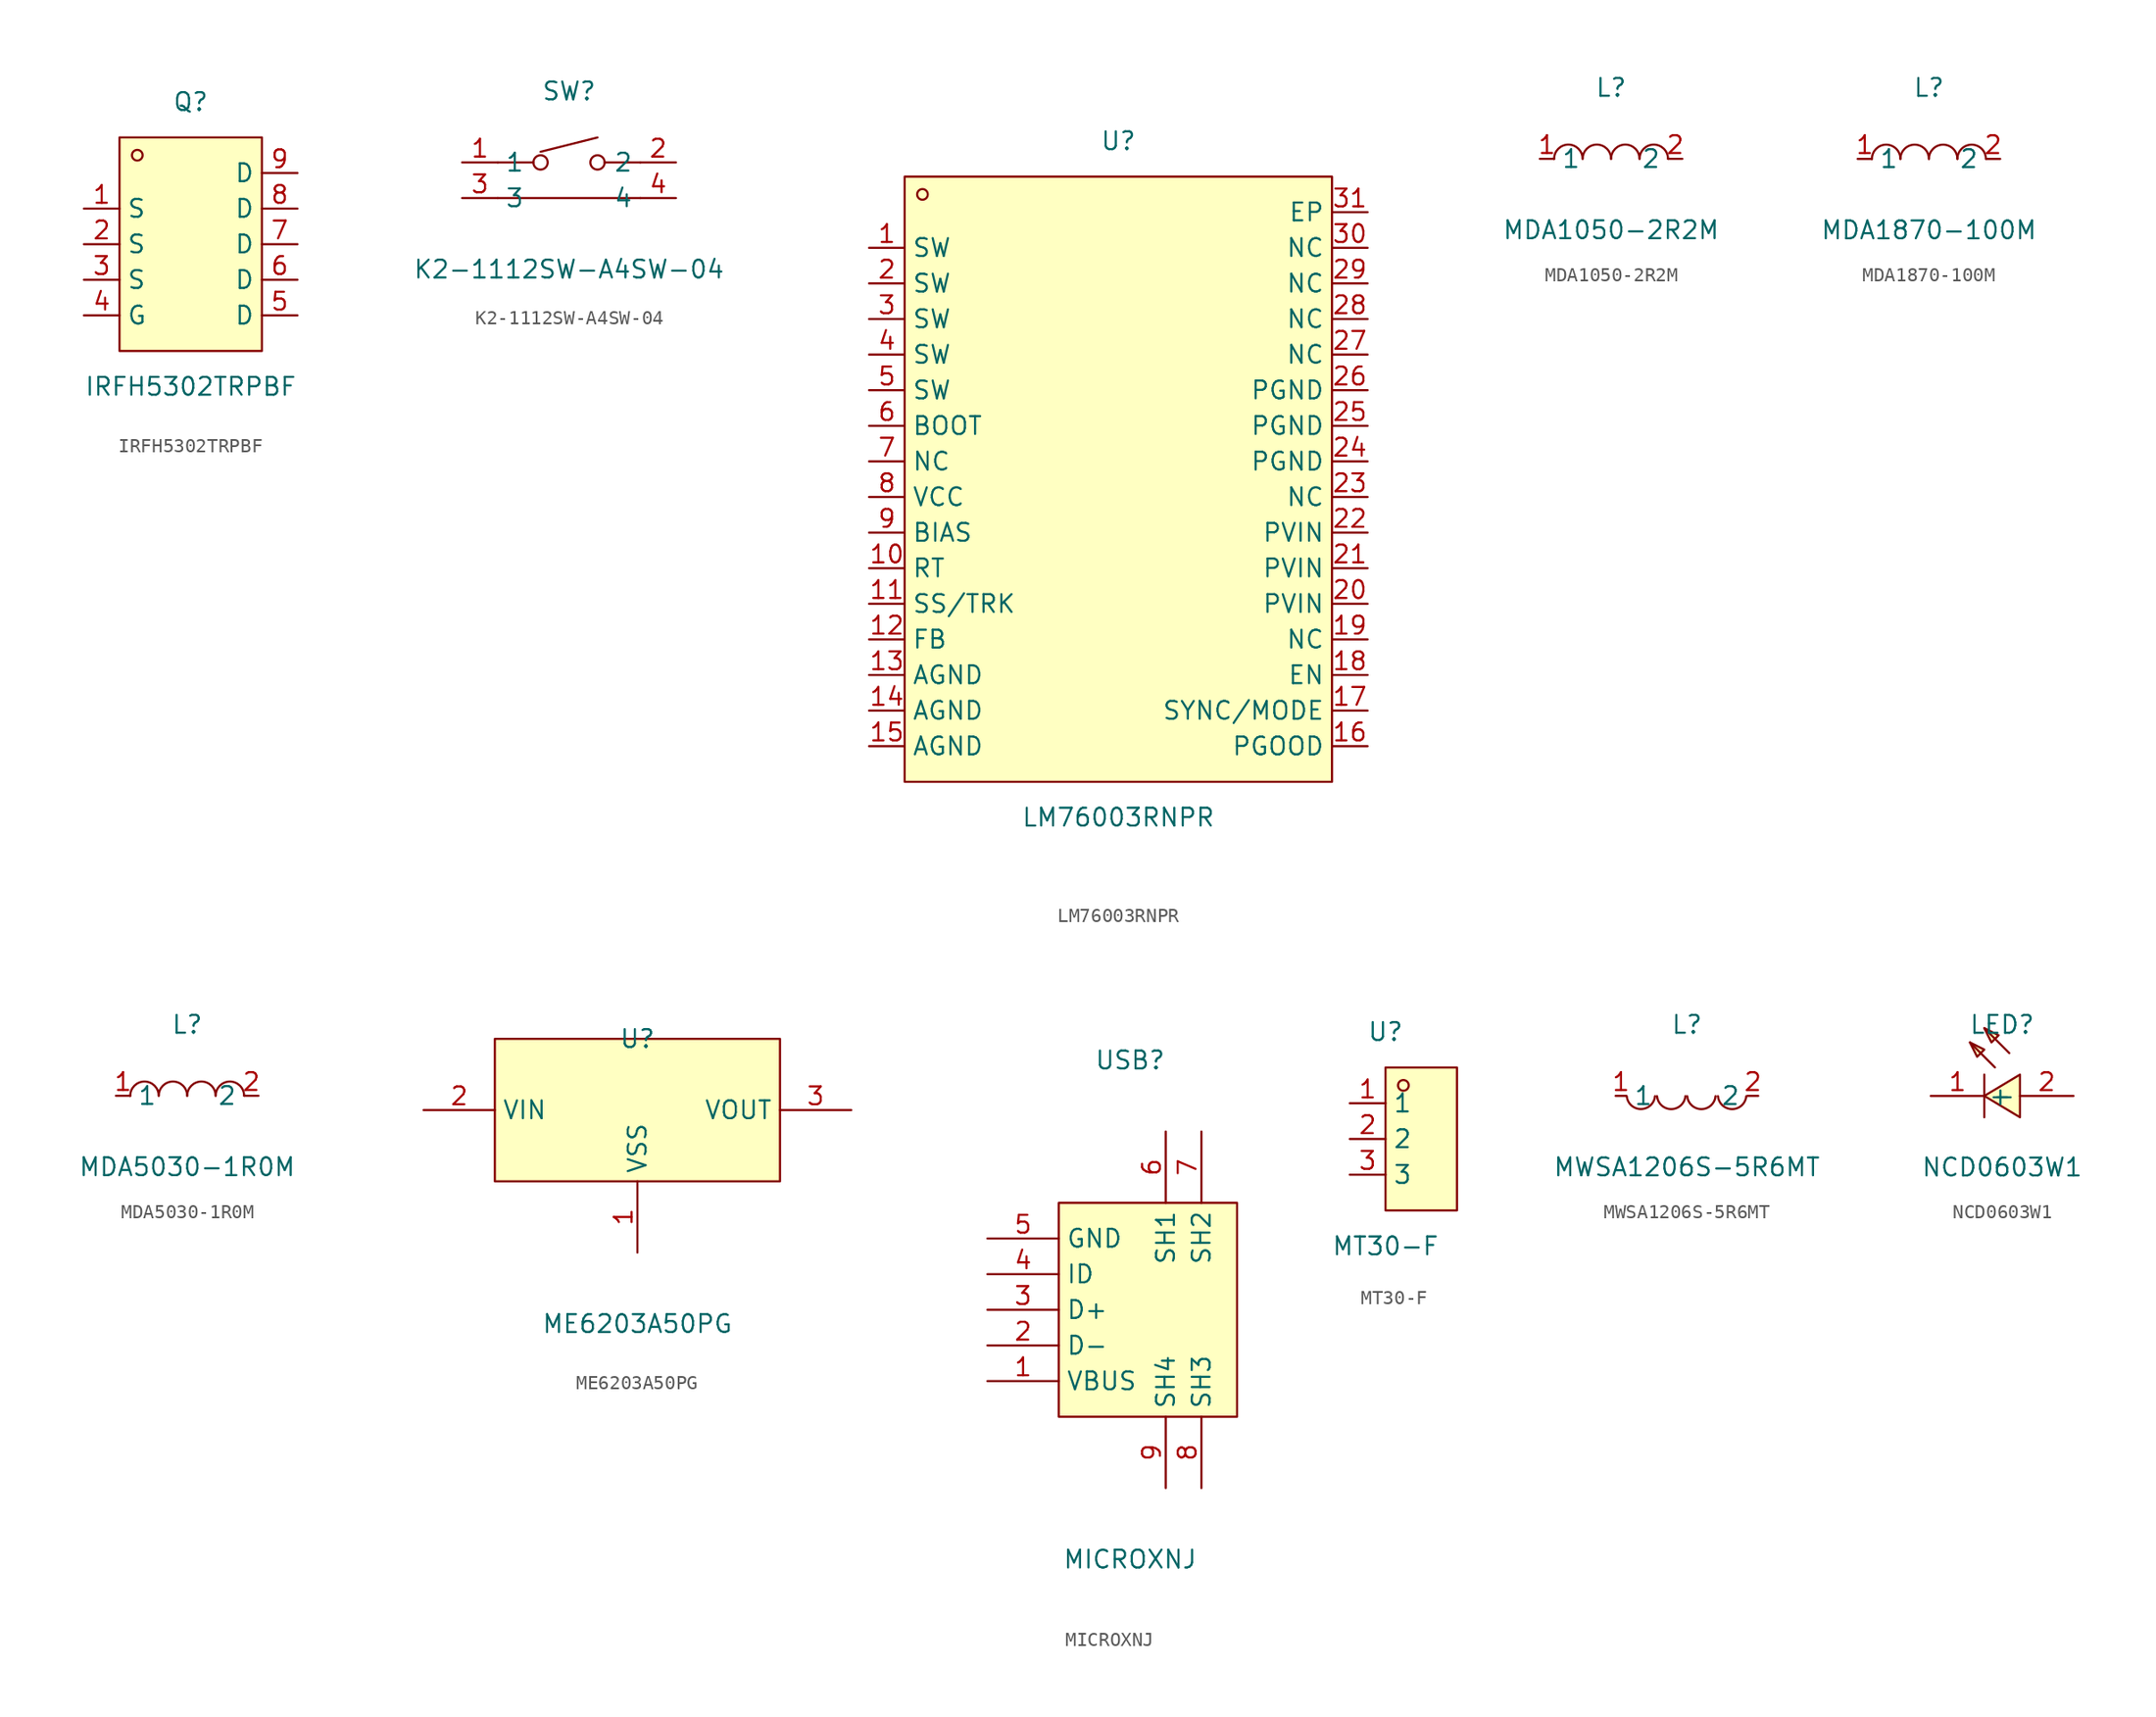
<source format=kicad_sym>
(kicad_symbol_lib
  (version 20211014)
  (generator https://github.com/uPesy/easyeda2kicad.py)
  (symbol "IRFH5302TRPBF"
    (property "Reference" "Q"
      (at 0 10.16 0)
      (effects (font (size 1.27 1.27))))
    (property "Value" "IRFH5302TRPBF"
      (at 0 -10.16 0)
      (effects (font (size 1.27 1.27))))
    (symbol "IRFH5302TRPBF_0_1"
      (rectangle (start -5.08 7.62) (end 5.08 -7.62) (stroke (width 0) (type default) (color 0 0 0 0)) (fill (type background)))
      (circle (center -3.81 6.35) (radius 0.38) (stroke (width 0) (type default) (color 0 0 0 0)) (fill (type none)))
      (pin unspecified line (at 7.62 5.08 180) (length 2.54) (name "D" (effects (font (size 1.27 1.27)))) (number "9" (effects (font (size 1.27 1.27)))))
      (pin unspecified line (at 7.62 2.54 180) (length 2.54) (name "D" (effects (font (size 1.27 1.27)))) (number "8" (effects (font (size 1.27 1.27)))))
      (pin unspecified line (at 7.62 -0.00 180) (length 2.54) (name "D" (effects (font (size 1.27 1.27)))) (number "7" (effects (font (size 1.27 1.27)))))
      (pin unspecified line (at 7.62 -2.54 180) (length 2.54) (name "D" (effects (font (size 1.27 1.27)))) (number "6" (effects (font (size 1.27 1.27)))))
      (pin unspecified line (at 7.62 -5.08 180) (length 2.54) (name "D" (effects (font (size 1.27 1.27)))) (number "5" (effects (font (size 1.27 1.27)))))
      (pin unspecified line (at -7.62 -5.08 0) (length 2.54) (name "G" (effects (font (size 1.27 1.27)))) (number "4" (effects (font (size 1.27 1.27)))))
      (pin unspecified line (at -7.62 -2.54 0) (length 2.54) (name "S" (effects (font (size 1.27 1.27)))) (number "3" (effects (font (size 1.27 1.27)))))
      (pin unspecified line (at -7.62 -0.00 0) (length 2.54) (name "S" (effects (font (size 1.27 1.27)))) (number "2" (effects (font (size 1.27 1.27)))))
      (pin unspecified line (at -7.62 2.54 0) (length 2.54) (name "S" (effects (font (size 1.27 1.27)))) (number "1" (effects (font (size 1.27 1.27)))))))
  (symbol "K2-1112SW-A4SW-04"
    (property "Reference" "SW"
      (at 0 5.08 0)
      (effects (font (size 1.27 1.27))))
    (property "Value" "K2-1112SW-A4SW-04"
      (at 0 -7.62 0)
      (effects (font (size 1.27 1.27))))
    (symbol "K2-1112SW-A4SW-04_0_1"
      (circle (center -2.03 -0.00) (radius 0.51) (stroke (width 0) (type default) (color 0 0 0 0)) (fill (type none)))
      (circle (center 2.03 -0.00) (radius 0.51) (stroke (width 0) (type default) (color 0 0 0 0)) (fill (type none)))
      (polyline (pts (xy -2.03 0.76) (xy 2.03 1.78) (xy 2.03 1.78)) (stroke (width 0) (type default) (color 0 0 0 0)) (fill (type none)))
      (polyline (pts (xy 5.08 -0.00) (xy 2.54 -0.00)) (stroke (width 0) (type default) (color 0 0 0 0)) (fill (type none)))
      (polyline (pts (xy -5.08 -0.00) (xy -2.54 -0.00)) (stroke (width 0) (type default) (color 0 0 0 0)) (fill (type none)))
      (polyline (pts (xy 5.08 -2.54) (xy -5.08 -2.54)) (stroke (width 0) (type default) (color 0 0 0 0)) (fill (type none)))
      (pin input line (at -7.62 -0.00 0) (length 2.54) (name "1" (effects (font (size 1.27 1.27)))) (number "1" (effects (font (size 1.27 1.27)))))
      (pin input line (at 7.62 -0.00 180) (length 2.54) (name "2" (effects (font (size 1.27 1.27)))) (number "2" (effects (font (size 1.27 1.27)))))
      (pin unspecified line (at -7.62 -2.54 0) (length 2.54) (name "3" (effects (font (size 1.27 1.27)))) (number "3" (effects (font (size 1.27 1.27)))))
      (pin unspecified line (at 7.62 -2.54 180) (length 2.54) (name "4" (effects (font (size 1.27 1.27)))) (number "4" (effects (font (size 1.27 1.27)))))))
  (symbol "LM76003RNPR"
    (property "Reference" "U"
      (at 0 24.13 0)
      (effects (font (size 1.27 1.27))))
    (property "Value" "LM76003RNPR"
      (at 0 -24.13 0)
      (effects (font (size 1.27 1.27))))
    (symbol "LM76003RNPR_0_1"
      (rectangle (start -15.24 21.59) (end 15.24 -21.59) (stroke (width 0) (type default) (color 0 0 0 0)) (fill (type background)))
      (circle (center -13.97 20.32) (radius 0.38) (stroke (width 0) (type default) (color 0 0 0 0)) (fill (type none)))
      (pin unspecified line (at -17.78 16.51 0) (length 2.54) (name "SW" (effects (font (size 1.27 1.27)))) (number "1" (effects (font (size 1.27 1.27)))))
      (pin unspecified line (at -17.78 13.97 0) (length 2.54) (name "SW" (effects (font (size 1.27 1.27)))) (number "2" (effects (font (size 1.27 1.27)))))
      (pin unspecified line (at -17.78 11.43 0) (length 2.54) (name "SW" (effects (font (size 1.27 1.27)))) (number "3" (effects (font (size 1.27 1.27)))))
      (pin unspecified line (at -17.78 8.89 0) (length 2.54) (name "SW" (effects (font (size 1.27 1.27)))) (number "4" (effects (font (size 1.27 1.27)))))
      (pin unspecified line (at -17.78 6.35 0) (length 2.54) (name "SW" (effects (font (size 1.27 1.27)))) (number "5" (effects (font (size 1.27 1.27)))))
      (pin unspecified line (at -17.78 3.81 0) (length 2.54) (name "BOOT" (effects (font (size 1.27 1.27)))) (number "6" (effects (font (size 1.27 1.27)))))
      (pin unspecified line (at -17.78 1.27 0) (length 2.54) (name "NC" (effects (font (size 1.27 1.27)))) (number "7" (effects (font (size 1.27 1.27)))))
      (pin unspecified line (at -17.78 -1.27 0) (length 2.54) (name "VCC" (effects (font (size 1.27 1.27)))) (number "8" (effects (font (size 1.27 1.27)))))
      (pin unspecified line (at -17.78 -3.81 0) (length 2.54) (name "BIAS" (effects (font (size 1.27 1.27)))) (number "9" (effects (font (size 1.27 1.27)))))
      (pin unspecified line (at -17.78 -6.35 0) (length 2.54) (name "RT" (effects (font (size 1.27 1.27)))) (number "10" (effects (font (size 1.27 1.27)))))
      (pin unspecified line (at -17.78 -8.89 0) (length 2.54) (name "SS/TRK" (effects (font (size 1.27 1.27)))) (number "11" (effects (font (size 1.27 1.27)))))
      (pin unspecified line (at -17.78 -11.43 0) (length 2.54) (name "FB" (effects (font (size 1.27 1.27)))) (number "12" (effects (font (size 1.27 1.27)))))
      (pin unspecified line (at -17.78 -13.97 0) (length 2.54) (name "AGND" (effects (font (size 1.27 1.27)))) (number "13" (effects (font (size 1.27 1.27)))))
      (pin unspecified line (at -17.78 -16.51 0) (length 2.54) (name "AGND" (effects (font (size 1.27 1.27)))) (number "14" (effects (font (size 1.27 1.27)))))
      (pin unspecified line (at -17.78 -19.05 0) (length 2.54) (name "AGND" (effects (font (size 1.27 1.27)))) (number "15" (effects (font (size 1.27 1.27)))))
      (pin unspecified line (at 17.78 -19.05 180) (length 2.54) (name "PGOOD" (effects (font (size 1.27 1.27)))) (number "16" (effects (font (size 1.27 1.27)))))
      (pin unspecified line (at 17.78 -16.51 180) (length 2.54) (name "SYNC/MODE" (effects (font (size 1.27 1.27)))) (number "17" (effects (font (size 1.27 1.27)))))
      (pin unspecified line (at 17.78 -13.97 180) (length 2.54) (name "EN" (effects (font (size 1.27 1.27)))) (number "18" (effects (font (size 1.27 1.27)))))
      (pin unspecified line (at 17.78 -11.43 180) (length 2.54) (name "NC" (effects (font (size 1.27 1.27)))) (number "19" (effects (font (size 1.27 1.27)))))
      (pin unspecified line (at 17.78 -8.89 180) (length 2.54) (name "PVIN" (effects (font (size 1.27 1.27)))) (number "20" (effects (font (size 1.27 1.27)))))
      (pin unspecified line (at 17.78 -6.35 180) (length 2.54) (name "PVIN" (effects (font (size 1.27 1.27)))) (number "21" (effects (font (size 1.27 1.27)))))
      (pin unspecified line (at 17.78 -3.81 180) (length 2.54) (name "PVIN" (effects (font (size 1.27 1.27)))) (number "22" (effects (font (size 1.27 1.27)))))
      (pin unspecified line (at 17.78 -1.27 180) (length 2.54) (name "NC" (effects (font (size 1.27 1.27)))) (number "23" (effects (font (size 1.27 1.27)))))
      (pin unspecified line (at 17.78 1.27 180) (length 2.54) (name "PGND" (effects (font (size 1.27 1.27)))) (number "24" (effects (font (size 1.27 1.27)))))
      (pin unspecified line (at 17.78 3.81 180) (length 2.54) (name "PGND" (effects (font (size 1.27 1.27)))) (number "25" (effects (font (size 1.27 1.27)))))
      (pin unspecified line (at 17.78 6.35 180) (length 2.54) (name "PGND" (effects (font (size 1.27 1.27)))) (number "26" (effects (font (size 1.27 1.27)))))
      (pin unspecified line (at 17.78 8.89 180) (length 2.54) (name "NC" (effects (font (size 1.27 1.27)))) (number "27" (effects (font (size 1.27 1.27)))))
      (pin unspecified line (at 17.78 11.43 180) (length 2.54) (name "NC" (effects (font (size 1.27 1.27)))) (number "28" (effects (font (size 1.27 1.27)))))
      (pin unspecified line (at 17.78 13.97 180) (length 2.54) (name "NC" (effects (font (size 1.27 1.27)))) (number "29" (effects (font (size 1.27 1.27)))))
      (pin unspecified line (at 17.78 16.51 180) (length 2.54) (name "NC" (effects (font (size 1.27 1.27)))) (number "30" (effects (font (size 1.27 1.27)))))
      (pin unspecified line (at 17.78 19.05 180) (length 2.54) (name "EP" (effects (font (size 1.27 1.27)))) (number "31" (effects (font (size 1.27 1.27)))))))
  (symbol "MDA1050-2R2M"
    (property "Reference" "L"
      (at 0 5.08 0)
      (effects (font (size 1.27 1.27))))
    (property "Value" "MDA1050-2R2M"
      (at 0 -5.08 0)
      (effects (font (size 1.27 1.27))))
    (symbol "MDA1050-2R2M_0_1"
      (arc (start -4.06 -0.01) (mid -2.83 0.99) (end -2.03 0.01) (stroke (width 0) (type default) (color 0 0 0 0)) (fill (type none)))
      (arc (start -2.03 -0.01) (mid -0.80 0.99) (end 0.00 0.01) (stroke (width 0) (type default) (color 0 0 0 0)) (fill (type none)))
      (arc (start 2.03 -0.01) (mid 3.26 0.99) (end 4.06 0.01) (stroke (width 0) (type default) (color 0 0 0 0)) (fill (type none)))
      (arc (start 0.00 -0.01) (mid 1.23 0.99) (end 2.03 0.01) (stroke (width 0) (type default) (color 0 0 0 0)) (fill (type none)))
      (pin unspecified line (at 5.08 -0.00 180) (length 1.016) (name "2" (effects (font (size 1.27 1.27)))) (number "2" (effects (font (size 1.27 1.27)))))
      (pin unspecified line (at -5.08 -0.00 0) (length 1.016) (name "1" (effects (font (size 1.27 1.27)))) (number "1" (effects (font (size 1.27 1.27)))))))
  (symbol "MDA1870-100M"
    (property "Reference" "L"
      (at 0 5.08 0)
      (effects (font (size 1.27 1.27))))
    (property "Value" "MDA1870-100M"
      (at 0 -5.08 0)
      (effects (font (size 1.27 1.27))))
    (symbol "MDA1870-100M_0_1"
      (arc (start -4.06 -0.01) (mid -2.83 0.99) (end -2.03 0.01) (stroke (width 0) (type default) (color 0 0 0 0)) (fill (type none)))
      (arc (start -2.03 -0.01) (mid -0.80 0.99) (end 0.00 0.01) (stroke (width 0) (type default) (color 0 0 0 0)) (fill (type none)))
      (arc (start 2.03 -0.01) (mid 3.26 0.99) (end 4.06 0.01) (stroke (width 0) (type default) (color 0 0 0 0)) (fill (type none)))
      (arc (start 0.00 -0.01) (mid 1.23 0.99) (end 2.03 0.01) (stroke (width 0) (type default) (color 0 0 0 0)) (fill (type none)))
      (pin unspecified line (at 5.08 -0.00 180) (length 1.016) (name "2" (effects (font (size 1.27 1.27)))) (number "2" (effects (font (size 1.27 1.27)))))
      (pin unspecified line (at -5.08 -0.00 0) (length 1.016) (name "1" (effects (font (size 1.27 1.27)))) (number "1" (effects (font (size 1.27 1.27)))))))
  (symbol "MDA5030-1R0M"
    (property "Reference" "L"
      (at 0 5.08 0)
      (effects (font (size 1.27 1.27))))
    (property "Value" "MDA5030-1R0M"
      (at 0 -5.08 0)
      (effects (font (size 1.27 1.27))))
    (symbol "MDA5030-1R0M_0_1"
      (arc (start -4.06 -0.01) (mid -2.83 0.99) (end -2.03 0.01) (stroke (width 0) (type default) (color 0 0 0 0)) (fill (type none)))
      (arc (start -2.03 -0.01) (mid -0.80 0.99) (end 0.00 0.01) (stroke (width 0) (type default) (color 0 0 0 0)) (fill (type none)))
      (arc (start 2.03 -0.01) (mid 3.26 0.99) (end 4.06 0.01) (stroke (width 0) (type default) (color 0 0 0 0)) (fill (type none)))
      (arc (start 0.00 -0.01) (mid 1.23 0.99) (end 2.03 0.01) (stroke (width 0) (type default) (color 0 0 0 0)) (fill (type none)))
      (pin unspecified line (at 5.08 -0.00 180) (length 1.016) (name "2" (effects (font (size 1.27 1.27)))) (number "2" (effects (font (size 1.27 1.27)))))
      (pin unspecified line (at -5.08 -0.00 0) (length 1.016) (name "1" (effects (font (size 1.27 1.27)))) (number "1" (effects (font (size 1.27 1.27)))))))
  (symbol "ME6203A50PG"
    (property "Reference" "U"
      (at 0 7.62 0)
      (effects (font (size 1.27 1.27))))
    (property "Value" "ME6203A50PG"
      (at 0 -12.70 0)
      (effects (font (size 1.27 1.27))))
    (symbol "ME6203A50PG_0_1"
      (rectangle (start -10.16 7.62) (end 10.16 -2.54) (stroke (width 0) (type default) (color 0 0 0 0)) (fill (type background)))
      (pin unspecified line (at 0.00 -7.62 90) (length 5.08) (name "VSS" (effects (font (size 1.27 1.27)))) (number "1" (effects (font (size 1.27 1.27)))))
      (pin unspecified line (at -15.24 2.54 0) (length 5.08) (name "VIN" (effects (font (size 1.27 1.27)))) (number "2" (effects (font (size 1.27 1.27)))))
      (pin unspecified line (at 15.24 2.54 180) (length 5.08) (name "VOUT" (effects (font (size 1.27 1.27)))) (number "3" (effects (font (size 1.27 1.27)))))))
  (symbol "MICROXNJ"
    (property "Reference" "USB"
      (at 0 17.78 0)
      (effects (font (size 1.27 1.27))))
    (property "Value" "MICROXNJ"
      (at 0 -17.78 0)
      (effects (font (size 1.27 1.27))))
    (symbol "MICROXNJ_0_1"
      (rectangle (start -5.08 7.62) (end 7.62 -7.62) (stroke (width 0) (type default) (color 0 0 0 0)) (fill (type background)))
      (pin unspecified line (at 2.54 -12.70 90) (length 5.08) (name "SH4" (effects (font (size 1.27 1.27)))) (number "9" (effects (font (size 1.27 1.27)))))
      (pin unspecified line (at 5.08 -12.70 90) (length 5.08) (name "SH3" (effects (font (size 1.27 1.27)))) (number "8" (effects (font (size 1.27 1.27)))))
      (pin unspecified line (at 5.08 12.70 270) (length 5.08) (name "SH2" (effects (font (size 1.27 1.27)))) (number "7" (effects (font (size 1.27 1.27)))))
      (pin unspecified line (at 2.54 12.70 270) (length 5.08) (name "SH1" (effects (font (size 1.27 1.27)))) (number "6" (effects (font (size 1.27 1.27)))))
      (pin unspecified line (at -10.16 5.08 0) (length 5.08) (name "GND" (effects (font (size 1.27 1.27)))) (number "5" (effects (font (size 1.27 1.27)))))
      (pin unspecified line (at -10.16 2.54 0) (length 5.08) (name "ID" (effects (font (size 1.27 1.27)))) (number "4" (effects (font (size 1.27 1.27)))))
      (pin unspecified line (at -10.16 -0.00 0) (length 5.08) (name "D+" (effects (font (size 1.27 1.27)))) (number "3" (effects (font (size 1.27 1.27)))))
      (pin unspecified line (at -10.16 -2.54 0) (length 5.08) (name "D-" (effects (font (size 1.27 1.27)))) (number "2" (effects (font (size 1.27 1.27)))))
      (pin unspecified line (at -10.16 -5.08 0) (length 5.08) (name "VBUS" (effects (font (size 1.27 1.27)))) (number "1" (effects (font (size 1.27 1.27)))))))
  (symbol "MT30-F"
    (property "Reference" "U"
      (at 0 7.62 0)
      (effects (font (size 1.27 1.27))))
    (property "Value" "MT30-F"
      (at 0 -7.62 0)
      (effects (font (size 1.27 1.27))))
    (symbol "MT30-F_0_1"
      (rectangle (start 0.00 5.08) (end 5.08 -5.08) (stroke (width 0) (type default) (color 0 0 0 0)) (fill (type background)))
      (circle (center 1.27 3.81) (radius 0.38) (stroke (width 0) (type default) (color 0 0 0 0)) (fill (type none)))
      (pin unspecified line (at -2.54 -2.54 0) (length 2.54) (name "3" (effects (font (size 1.27 1.27)))) (number "3" (effects (font (size 1.27 1.27)))))
      (pin unspecified line (at -2.54 -0.00 0) (length 2.54) (name "2" (effects (font (size 1.27 1.27)))) (number "2" (effects (font (size 1.27 1.27)))))
      (pin unspecified line (at -2.54 2.54 0) (length 2.54) (name "1" (effects (font (size 1.27 1.27)))) (number "1" (effects (font (size 1.27 1.27)))))))
  (symbol "MWSA1206S-5R6MT"
    (property "Reference" "L"
      (at 0 5.08 0)
      (effects (font (size 1.27 1.27))))
    (property "Value" "MWSA1206S-5R6MT"
      (at 0 -5.08 0)
      (effects (font (size 1.27 1.27))))
    (symbol "MWSA1206S-5R6MT_0_1"
      (arc (start -4.29 -0.02) (mid -2.81 -1.01) (end -2.27 -0.02) (stroke (width 0) (type default) (color 0 0 0 0)) (fill (type none)))
      (arc (start -2.13 -0.02) (mid -0.66 -1.01) (end -0.11 -0.02) (stroke (width 0) (type default) (color 0 0 0 0)) (fill (type none)))
      (arc (start 0.02 -0.02) (mid 1.49 -1.01) (end 2.04 -0.02) (stroke (width 0) (type default) (color 0 0 0 0)) (fill (type none)))
      (arc (start 2.21 -0.02) (mid 3.68 -1.01) (end 4.23 -0.02) (stroke (width 0) (type default) (color 0 0 0 0)) (fill (type none)))
      (pin unspecified line (at 5.08 -0.00 180) (length 0.762) (name "2" (effects (font (size 1.27 1.27)))) (number "2" (effects (font (size 1.27 1.27)))))
      (pin unspecified line (at -5.08 -0.00 0) (length 0.762) (name "1" (effects (font (size 1.27 1.27)))) (number "1" (effects (font (size 1.27 1.27)))))))
  (symbol "NCD0603W1"
    (property "Reference" "LED"
      (at 0 5.08 0)
      (effects (font (size 1.27 1.27))))
    (property "Value" "NCD0603W1"
      (at 0 -5.08 0)
      (effects (font (size 1.27 1.27))))
    (symbol "NCD0603W1_0_1"
      (polyline (pts (xy -0.51 2.03) (xy -2.29 3.81)) (stroke (width 0) (type default) (color 0 0 0 0)) (fill (type none)))
      (polyline (pts (xy 0.51 3.05) (xy -1.27 4.83)) (stroke (width 0) (type default) (color 0 0 0 0)) (fill (type none)))
      (polyline (pts (xy -1.27 1.52) (xy -1.27 -1.52)) (stroke (width 0) (type default) (color 0 0 0 0)) (fill (type none)))
      (polyline (pts (xy 1.27 -1.52) (xy -1.27 -0.00) (xy 1.27 1.52) (xy 1.27 -1.52)) (stroke (width 0) (type default) (color 0 0 0 0)) (fill (type background)))
      (polyline (pts (xy -2.29 3.81) (xy -1.27 3.30) (xy -1.78 2.79) (xy -2.29 3.81)) (stroke (width 0) (type default) (color 0 0 0 0)) (fill (type background)))
      (polyline (pts (xy -1.27 4.83) (xy -0.25 4.32) (xy -0.76 3.81) (xy -1.27 4.83)) (stroke (width 0) (type default) (color 0 0 0 0)) (fill (type background)))
      (pin input line (at 5.08 -0.00 180) (length 3.81) (name "+" (effects (font (size 1.27 1.27)))) (number "2" (effects (font (size 1.27 1.27)))))
      (pin input line (at -5.08 -0.00 0) (length 3.81) (name "-" (effects (font (size 1.27 1.27)))) (number "1" (effects (font (size 1.27 1.27))))))))
</source>
